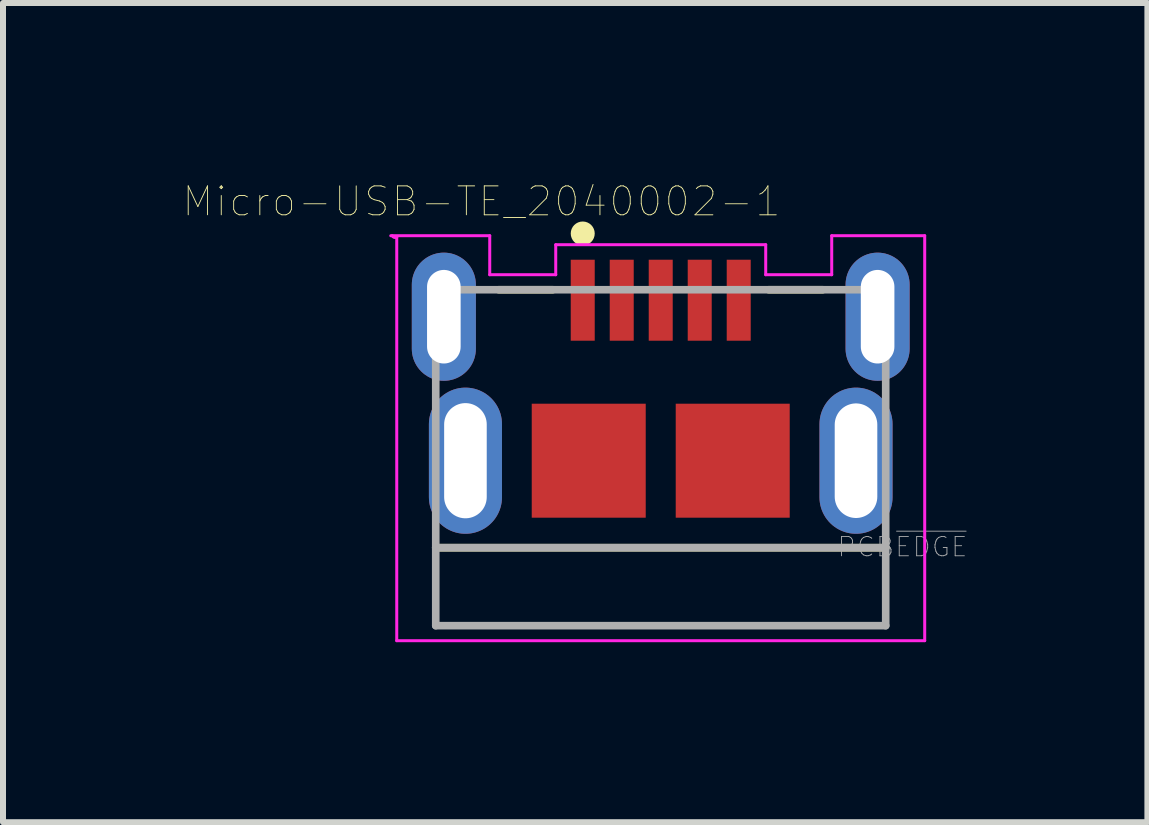
<source format=kicad_pcb>
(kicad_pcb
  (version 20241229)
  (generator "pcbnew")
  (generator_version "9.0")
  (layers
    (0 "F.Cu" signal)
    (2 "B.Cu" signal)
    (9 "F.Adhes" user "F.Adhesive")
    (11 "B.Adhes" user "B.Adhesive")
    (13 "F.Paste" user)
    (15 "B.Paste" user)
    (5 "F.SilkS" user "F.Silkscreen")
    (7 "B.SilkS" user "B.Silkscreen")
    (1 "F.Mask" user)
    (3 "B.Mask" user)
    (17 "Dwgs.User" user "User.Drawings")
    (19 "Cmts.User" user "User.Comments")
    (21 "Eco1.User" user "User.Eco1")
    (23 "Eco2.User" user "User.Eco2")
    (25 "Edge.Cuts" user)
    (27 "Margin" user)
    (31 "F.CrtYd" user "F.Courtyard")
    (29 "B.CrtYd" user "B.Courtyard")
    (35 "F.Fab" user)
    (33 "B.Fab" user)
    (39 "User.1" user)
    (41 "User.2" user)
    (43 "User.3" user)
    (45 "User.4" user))
  (footprint "Micro-USB-TE_2040002-1"
    (layer "F.Cu")
    (at 7.963 4.629)
    (property "Reference" "Micro-USB-TE_2040002-1" (at -2.987 -4.321 0) (layer "F.SilkS") (effects (font (size 0.482 0.482) (thickness 0.015))))
    (attr through_hole)
    (fp_line (start -3.75 1.45) (end 3.75 1.45) (stroke (width 0.127) (type solid)) (layer "F.SilkS"))
    (fp_line (start -2.7 -2.85) (end -1.8 -2.85) (stroke (width 0.127) (type solid)) (layer "F.SilkS"))
    (fp_line (start 1.8 -2.85) (end 2.7 -2.85) (stroke (width 0.127) (type solid)) (layer "F.SilkS"))
    (fp_circle (center -1.3 -3.787) (end -1.2 -3.787) (stroke (width 0.2) (type solid)) (fill no) (layer "F.SilkS"))
    (fp_line (start -4.5 -3.75) (end -2.85 -3.75) (stroke (width 0.05) (type solid)) (layer "F.CrtYd"))
    (fp_line (start -4.4 -3.725) (end -4.4 3) (stroke (width 0.05) (type solid)) (layer "F.CrtYd"))
    (fp_line (start -4.4 3) (end 4.4 3) (stroke (width 0.05) (type solid)) (layer "F.CrtYd"))
    (fp_line (start -2.85 -3.75) (end -2.85 -3.1) (stroke (width 0.05) (type solid)) (layer "F.CrtYd"))
    (fp_line (start -2.85 -3.1) (end -1.75 -3.1) (stroke (width 0.05) (type solid)) (layer "F.CrtYd"))
    (fp_line (start -1.75 -3.6) (end 1.75 -3.6) (stroke (width 0.05) (type solid)) (layer "F.CrtYd"))
    (fp_line (start -1.75 -3.1) (end -1.75 -3.6) (stroke (width 0.05) (type solid)) (layer "F.CrtYd"))
    (fp_line (start 1.75 -3.6) (end 1.75 -3.1) (stroke (width 0.05) (type solid)) (layer "F.CrtYd"))
    (fp_line (start 1.75 -3.1) (end 2.85 -3.1) (stroke (width 0.05) (type solid)) (layer "F.CrtYd"))
    (fp_line (start 2.85 -3.75) (end 4.4 -3.75) (stroke (width 0.05) (type solid)) (layer "F.CrtYd"))
    (fp_line (start 2.85 -3.1) (end 2.85 -3.75) (stroke (width 0.05) (type solid)) (layer "F.CrtYd"))
    (fp_line (start 4.4 3) (end 4.4 -3.75) (stroke (width 0.05) (type solid)) (layer "F.CrtYd"))
    (fp_arc (start -4.4 -3.725) (mid -4.442678 -3.721967) (end -4.475 -3.75) (stroke (width 0.05) (type solid)) (layer "F.CrtYd"))
    (fp_line (start -3.75 -2.85) (end -3.75 1.45) (stroke (width 0.127) (type solid)) (layer "F.Fab"))
    (fp_line (start -3.75 1.45) (end -3.75 2.75) (stroke (width 0.127) (type solid)) (layer "F.Fab"))
    (fp_line (start -3.75 1.45) (end 3.75 1.45) (stroke (width 0.127) (type solid)) (layer "F.Fab"))
    (fp_line (start -3.75 2.75) (end 3.75 2.75) (stroke (width 0.127) (type solid)) (layer "F.Fab"))
    (fp_line (start 3.75 -2.85) (end -3.75 -2.85) (stroke (width 0.127) (type solid)) (layer "F.Fab"))
    (fp_line (start 3.75 1.45) (end 3.75 -2.85) (stroke (width 0.127) (type solid)) (layer "F.Fab"))
    (fp_line (start 3.75 2.75) (end 3.75 1.45) (stroke (width 0.127) (type solid)) (layer "F.Fab"))
    (fp_text user "PCB~{EDGE}" (at 4.029 1.437 0) (layer "F.Fab") (effects (font (size 0.321 0.321) (thickness 0.015))))
    (pad "1" smd rect (at -1.3 -2.675) (size 0.4 1.35) (layers "F.Cu" "F.Mask" "F.Paste"))
    (pad "2" smd rect (at -0.65 -2.675) (size 0.4 1.35) (layers "F.Cu" "F.Mask" "F.Paste"))
    (pad "3" smd rect (at 0 -2.675) (size 0.4 1.35) (layers "F.Cu" "F.Mask" "F.Paste"))
    (pad "4" smd rect (at 0.65 -2.675) (size 0.4 1.35) (layers "F.Cu" "F.Mask" "F.Paste"))
    (pad "5" smd rect (at 1.3 -2.675) (size 0.4 1.35) (layers "F.Cu" "F.Mask" "F.Paste"))
    (pad "S4" smd rect (at -1.2 0) (size 1.9 1.9) (layers "F.Cu" "F.Mask" "F.Paste"))
    (pad "S5" smd rect (at 1.2 0) (size 1.9 1.9) (layers "F.Cu" "F.Mask" "F.Paste"))
    (pad "SH1" thru_hole oval (at -3.615 -2.4) (size 1.068 2.136) (drill oval 0.56 1.56) (layers "*.Cu" "*.Mask"))
    (pad "SH2" thru_hole oval (at 3.615 -2.4) (size 1.068 2.136) (drill oval 0.56 1.56) (layers "*.Cu" "*.Mask"))
    (pad "SH3" thru_hole oval (at 3.255 0) (size 1.218 2.436) (drill oval 0.71 1.91) (layers "*.Cu" "*.Mask"))
    (pad "SH4" thru_hole oval (at -3.255 0) (size 1.218 2.436) (drill oval 0.71 1.92) (layers "*.Cu" "*.Mask")))
  (gr_rect
    (start -3 -3)
    (end 16.075 10.654)
    (stroke (width 0.1) (type default))
    (fill no)
    (layer "Edge.Cuts")))
</source>
